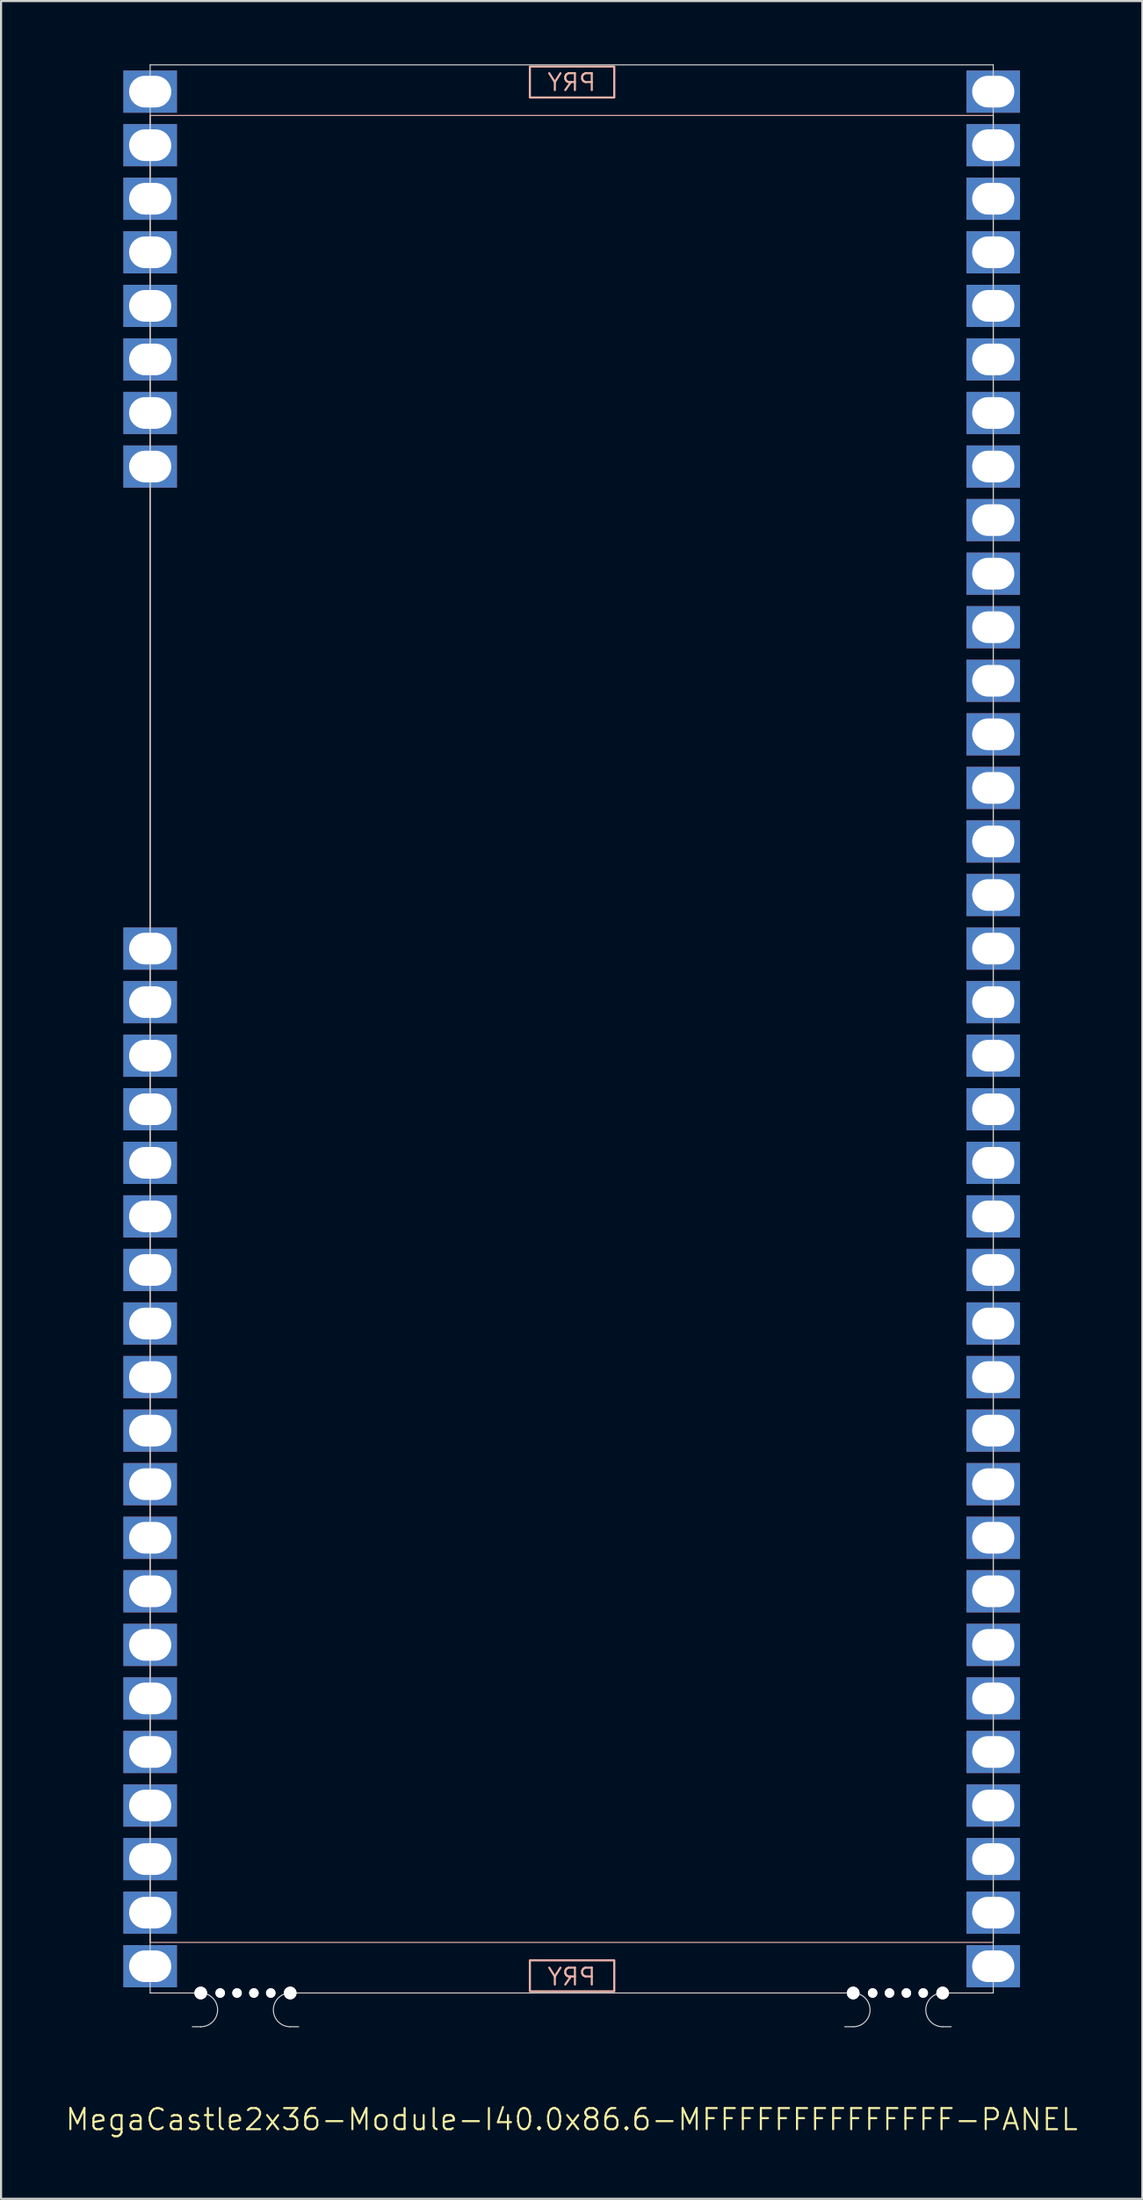
<source format=kicad_pcb>
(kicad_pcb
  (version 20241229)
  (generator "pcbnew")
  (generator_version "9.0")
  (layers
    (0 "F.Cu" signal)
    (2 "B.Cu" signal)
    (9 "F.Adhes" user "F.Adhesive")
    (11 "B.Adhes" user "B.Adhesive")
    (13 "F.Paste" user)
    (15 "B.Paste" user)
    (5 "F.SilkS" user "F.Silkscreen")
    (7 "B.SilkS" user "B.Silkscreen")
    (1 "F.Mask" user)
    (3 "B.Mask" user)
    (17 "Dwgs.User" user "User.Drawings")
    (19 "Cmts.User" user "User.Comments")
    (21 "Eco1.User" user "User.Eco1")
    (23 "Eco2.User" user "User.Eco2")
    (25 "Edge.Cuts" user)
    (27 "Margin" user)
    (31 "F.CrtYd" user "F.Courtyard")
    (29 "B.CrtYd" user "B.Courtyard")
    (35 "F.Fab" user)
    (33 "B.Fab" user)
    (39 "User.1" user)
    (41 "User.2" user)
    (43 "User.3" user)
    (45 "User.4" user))
  (footprint "MegaCastle2x36-Module-I40.0x86.6-MFFFFFFFFFFFFFF-PANEL"
    (layer "F.Cu")
    (at 24.074 45.745)
    (property "Reference" "MegaCastle2x36-Module-I40.0x86.6-MFFFFFFFFFFFFFF-PANEL" (at 0 51.72 0) (unlocked yes) (layer "F.SilkS") (effects (font (size 1 1) (thickness 0.1))))
    (attr smd)
    (fp_rect (start -20 43.32) (end 20 -43.32) (stroke (width 0.05) (type default)) (fill no) (layer "B.SilkS"))
    (fp_rect (start -1.984 -44.171) (end 2.02 -45.64) (stroke (width 0.1) (type default)) (fill no) (layer "B.SilkS"))
    (fp_rect (start -1.984 44.171) (end 2.02 45.64) (stroke (width 0.1) (type default)) (fill no) (layer "B.SilkS"))
    (fp_line (start -20 -45.72) (end -20 45.72) (stroke (width 0.05) (type default)) (layer "Edge.Cuts"))
    (fp_line (start -20 -45.72) (end 20 -45.72) (stroke (width 0.05) (type default)) (layer "Edge.Cuts"))
    (fp_line (start -20 45.72) (end -18 45.72) (stroke (width 0.05) (type default)) (layer "Edge.Cuts"))
    (fp_line (start -18 45.72) (end -17.6 45.72) (stroke (width 0.05) (type default)) (layer "Edge.Cuts"))
    (fp_line (start -18 47.32) (end -17.6 47.32) (stroke (width 0.05) (type default)) (layer "Edge.Cuts"))
    (fp_line (start -12.955 45.72) (end -13.355 45.72) (stroke (width 0.05) (type default)) (layer "Edge.Cuts"))
    (fp_line (start -12.955 45.72) (end 12.955 45.72) (stroke (width 0.05) (type default)) (layer "Edge.Cuts"))
    (fp_line (start -12.955 47.32) (end -13.355 47.32) (stroke (width 0.05) (type default)) (layer "Edge.Cuts"))
    (fp_line (start 12.955 45.72) (end 13.355 45.72) (stroke (width 0.05) (type default)) (layer "Edge.Cuts"))
    (fp_line (start 12.955 47.32) (end 13.355 47.32) (stroke (width 0.05) (type default)) (layer "Edge.Cuts"))
    (fp_line (start 18 45.72) (end 17.6 45.72) (stroke (width 0.05) (type default)) (layer "Edge.Cuts"))
    (fp_line (start 18 45.72) (end 20 45.72) (stroke (width 0.05) (type default)) (layer "Edge.Cuts"))
    (fp_line (start 18 47.32) (end 17.6 47.32) (stroke (width 0.05) (type default)) (layer "Edge.Cuts"))
    (fp_line (start 20 -45.72) (end 20 45.72) (stroke (width 0.05) (type default)) (layer "Edge.Cuts"))
    (fp_arc (start -17.6 45.720001) (mid -16.799999 46.52) (end -17.6 47.32) (stroke (width 0.05) (type default)) (layer "Edge.Cuts"))
    (fp_arc (start -13.355 47.32) (mid -14.154999 46.520001) (end -13.355 45.720001) (stroke (width 0.05) (type default)) (layer "Edge.Cuts"))
    (fp_arc (start 13.355001 45.720001) (mid 14.155002 46.52) (end 13.355001 47.32) (stroke (width 0.05) (type default)) (layer "Edge.Cuts"))
    (fp_arc (start 17.600002 47.32) (mid 16.8 46.52) (end 17.600002 45.720001) (stroke (width 0.05) (type default)) (layer "Edge.Cuts"))
    (fp_text user "PRY" (at 0 -44.42 0) (unlocked yes) (layer "B.SilkS") (effects (font (size 0.8 0.8) (thickness 0.1)) (justify bottom mirror)))
    (fp_text user "PRY" (at 0 45.42 0) (unlocked yes) (layer "B.SilkS") (effects (font (size 0.8 0.8) (thickness 0.1)) (justify bottom mirror)))
    (pad "" np_thru_hole circle (at -17.6 45.72) (size 0.6 0.6) (drill 0.6) (layers "*.Cu" "Edge.Cuts"))
    (pad "" np_thru_hole circle (at -16.677 45.72) (size 0.45 0.45) (drill 0.45) (layers "*.Cu" "Edge.Cuts"))
    (pad "" np_thru_hole circle (at -15.878 45.72) (size 0.45 0.45) (drill 0.45) (layers "*.Cu" "Edge.Cuts"))
    (pad "" np_thru_hole circle (at -15.078 45.72) (size 0.45 0.45) (drill 0.45) (layers "*.Cu" "Edge.Cuts"))
    (pad "" np_thru_hole circle (at -14.277 45.72) (size 0.45 0.45) (drill 0.45) (layers "*.Cu" "Edge.Cuts"))
    (pad "" np_thru_hole circle (at -13.355 45.72) (size 0.6 0.6) (drill 0.6) (layers "*.Cu" "Edge.Cuts"))
    (pad "" np_thru_hole circle (at 13.355 45.72) (size 0.6 0.6) (drill 0.6) (layers "*.Cu" "Edge.Cuts"))
    (pad "" np_thru_hole circle (at 14.278 45.72) (size 0.45 0.45) (drill 0.45) (layers "*.Cu" "Edge.Cuts"))
    (pad "" np_thru_hole circle (at 15.078 45.72) (size 0.45 0.45) (drill 0.45) (layers "*.Cu" "Edge.Cuts"))
    (pad "" np_thru_hole circle (at 15.878 45.72) (size 0.45 0.45) (drill 0.45) (layers "*.Cu" "Edge.Cuts"))
    (pad "" np_thru_hole circle (at 16.678 45.72) (size 0.45 0.45) (drill 0.45) (layers "*.Cu" "Edge.Cuts"))
    (pad "" np_thru_hole circle (at 17.6 45.72) (size 0.6 0.6) (drill 0.6) (layers "*.Cu" "Edge.Cuts"))
    (pad "1" thru_hole rect (at -20 -44.45) (size 2.54 2) (drill oval 2 1.5) (property pad_prop_castellated) (layers "*.Cu" "*.Mask"))
    (pad "2" thru_hole rect (at -20 -41.91) (size 2.54 2) (drill oval 2 1.5) (property pad_prop_castellated) (layers "*.Cu" "*.Mask"))
    (pad "3" thru_hole rect (at -20 -39.37) (size 2.54 2) (drill oval 2 1.5) (property pad_prop_castellated) (layers "*.Cu" "*.Mask"))
    (pad "4" thru_hole rect (at -20 -36.83) (size 2.54 2) (drill oval 2 1.5) (property pad_prop_castellated) (layers "*.Cu" "*.Mask"))
    (pad "5" thru_hole rect (at -20 -34.29) (size 2.54 2) (drill oval 2 1.5) (property pad_prop_castellated) (layers "*.Cu" "*.Mask"))
    (pad "6" thru_hole rect (at -20 -31.75) (size 2.54 2) (drill oval 2 1.5) (property pad_prop_castellated) (layers "*.Cu" "*.Mask"))
    (pad "7" thru_hole rect (at -20 -29.21) (size 2.54 2) (drill oval 2 1.5) (property pad_prop_castellated) (layers "*.Cu" "*.Mask"))
    (pad "8" thru_hole rect (at -20 -26.67) (size 2.54 2) (drill oval 2 1.5) (property pad_prop_castellated) (layers "*.Cu" "*.Mask"))
    (pad "17" thru_hole rect (at -20 -3.81) (size 2.54 2) (drill oval 2 1.5) (property pad_prop_castellated) (layers "*.Cu" "*.Mask"))
    (pad "18" thru_hole rect (at -20 -1.27) (size 2.54 2) (drill oval 2 1.5) (property pad_prop_castellated) (layers "*.Cu" "*.Mask"))
    (pad "19" thru_hole rect (at -20 1.27) (size 2.54 2) (drill oval 2 1.5) (property pad_prop_castellated) (layers "*.Cu" "*.Mask"))
    (pad "20" thru_hole rect (at -20 3.81) (size 2.54 2) (drill oval 2 1.5) (property pad_prop_castellated) (layers "*.Cu" "*.Mask"))
    (pad "21" thru_hole rect (at -20 6.35) (size 2.54 2) (drill oval 2 1.5) (property pad_prop_castellated) (layers "*.Cu" "*.Mask"))
    (pad "22" thru_hole rect (at -20 8.89) (size 2.54 2) (drill oval 2 1.5) (property pad_prop_castellated) (layers "*.Cu" "*.Mask"))
    (pad "23" thru_hole rect (at -20 11.43) (size 2.54 2) (drill oval 2 1.5) (property pad_prop_castellated) (layers "*.Cu" "*.Mask"))
    (pad "24" thru_hole rect (at -20 13.97) (size 2.54 2) (drill oval 2 1.5) (property pad_prop_castellated) (layers "*.Cu" "*.Mask"))
    (pad "25" thru_hole rect (at -20 16.51) (size 2.54 2) (drill oval 2 1.5) (property pad_prop_castellated) (layers "*.Cu" "*.Mask"))
    (pad "26" thru_hole rect (at -20 19.05) (size 2.54 2) (drill oval 2 1.5) (property pad_prop_castellated) (layers "*.Cu" "*.Mask"))
    (pad "27" thru_hole rect (at -20 21.59) (size 2.54 2) (drill oval 2 1.5) (property pad_prop_castellated) (layers "*.Cu" "*.Mask"))
    (pad "28" thru_hole rect (at -20 24.13) (size 2.54 2) (drill oval 2 1.5) (property pad_prop_castellated) (layers "*.Cu" "*.Mask"))
    (pad "29" thru_hole rect (at -20 26.67) (size 2.54 2) (drill oval 2 1.5) (property pad_prop_castellated) (layers "*.Cu" "*.Mask"))
    (pad "30" thru_hole rect (at -20 29.21) (size 2.54 2) (drill oval 2 1.5) (property pad_prop_castellated) (layers "*.Cu" "*.Mask"))
    (pad "31" thru_hole rect (at -20 31.75) (size 2.54 2) (drill oval 2 1.5) (property pad_prop_castellated) (layers "*.Cu" "*.Mask"))
    (pad "32" thru_hole rect (at -20 34.29) (size 2.54 2) (drill oval 2 1.5) (property pad_prop_castellated) (layers "*.Cu" "*.Mask"))
    (pad "33" thru_hole rect (at -20 36.83) (size 2.54 2) (drill oval 2 1.5) (property pad_prop_castellated) (layers "*.Cu" "*.Mask"))
    (pad "34" thru_hole rect (at -20 39.37) (size 2.54 2) (drill oval 2 1.5) (property pad_prop_castellated) (layers "*.Cu" "*.Mask"))
    (pad "35" thru_hole rect (at -20 41.91) (size 2.54 2) (drill oval 2 1.5) (property pad_prop_castellated) (layers "*.Cu" "*.Mask"))
    (pad "36" thru_hole rect (at -20 44.45) (size 2.54 2) (drill oval 2 1.5) (property pad_prop_castellated) (layers "*.Cu" "*.Mask"))
    (pad "37" thru_hole rect (at 20 -44.45) (size 2.54 2) (drill oval 2 1.5) (property pad_prop_castellated) (layers "*.Cu" "*.Mask"))
    (pad "38" thru_hole rect (at 20 -41.91) (size 2.54 2) (drill oval 2 1.5) (property pad_prop_castellated) (layers "*.Cu" "*.Mask"))
    (pad "39" thru_hole rect (at 20 -39.37) (size 2.54 2) (drill oval 2 1.5) (property pad_prop_castellated) (layers "*.Cu" "*.Mask"))
    (pad "40" thru_hole rect (at 20 -36.83) (size 2.54 2) (drill oval 2 1.5) (property pad_prop_castellated) (layers "*.Cu" "*.Mask"))
    (pad "41" thru_hole rect (at 20 -34.29) (size 2.54 2) (drill oval 2 1.5) (property pad_prop_castellated) (layers "*.Cu" "*.Mask"))
    (pad "42" thru_hole rect (at 20 -31.75) (size 2.54 2) (drill oval 2 1.5) (property pad_prop_castellated) (layers "*.Cu" "*.Mask"))
    (pad "43" thru_hole rect (at 20 -29.21) (size 2.54 2) (drill oval 2 1.5) (property pad_prop_castellated) (layers "*.Cu" "*.Mask"))
    (pad "44" thru_hole rect (at 20 -26.67) (size 2.54 2) (drill oval 2 1.5) (property pad_prop_castellated) (layers "*.Cu" "*.Mask"))
    (pad "45" thru_hole rect (at 20 -24.13) (size 2.54 2) (drill oval 2 1.5) (property pad_prop_castellated) (layers "*.Cu" "*.Mask"))
    (pad "46" thru_hole rect (at 20 -21.59) (size 2.54 2) (drill oval 2 1.5) (property pad_prop_castellated) (layers "*.Cu" "*.Mask"))
    (pad "47" thru_hole rect (at 20 -19.05) (size 2.54 2) (drill oval 2 1.5) (property pad_prop_castellated) (layers "*.Cu" "*.Mask"))
    (pad "48" thru_hole rect (at 20 -16.51) (size 2.54 2) (drill oval 2 1.5) (property pad_prop_castellated) (layers "*.Cu" "*.Mask"))
    (pad "49" thru_hole rect (at 20 -13.97) (size 2.54 2) (drill oval 2 1.5) (property pad_prop_castellated) (layers "*.Cu" "*.Mask"))
    (pad "50" thru_hole rect (at 20 -11.43) (size 2.54 2) (drill oval 2 1.5) (property pad_prop_castellated) (layers "*.Cu" "*.Mask"))
    (pad "51" thru_hole rect (at 20 -8.89) (size 2.54 2) (drill oval 2 1.5) (property pad_prop_castellated) (layers "*.Cu" "*.Mask"))
    (pad "52" thru_hole rect (at 20 -6.35) (size 2.54 2) (drill oval 2 1.5) (property pad_prop_castellated) (layers "*.Cu" "*.Mask"))
    (pad "53" thru_hole rect (at 20 -3.81) (size 2.54 2) (drill oval 2 1.5) (property pad_prop_castellated) (layers "*.Cu" "*.Mask"))
    (pad "54" thru_hole rect (at 20 -1.27) (size 2.54 2) (drill oval 2 1.5) (property pad_prop_castellated) (layers "*.Cu" "*.Mask"))
    (pad "55" thru_hole rect (at 20 1.27) (size 2.54 2) (drill oval 2 1.5) (property pad_prop_castellated) (layers "*.Cu" "*.Mask"))
    (pad "56" thru_hole rect (at 20 3.81) (size 2.54 2) (drill oval 2 1.5) (property pad_prop_castellated) (layers "*.Cu" "*.Mask"))
    (pad "57" thru_hole rect (at 20 6.35) (size 2.54 2) (drill oval 2 1.5) (property pad_prop_castellated) (layers "*.Cu" "*.Mask"))
    (pad "58" thru_hole rect (at 20 8.89) (size 2.54 2) (drill oval 2 1.5) (property pad_prop_castellated) (layers "*.Cu" "*.Mask"))
    (pad "59" thru_hole rect (at 20 11.43) (size 2.54 2) (drill oval 2 1.5) (property pad_prop_castellated) (layers "*.Cu" "*.Mask"))
    (pad "60" thru_hole rect (at 20 13.97) (size 2.54 2) (drill oval 2 1.5) (property pad_prop_castellated) (layers "*.Cu" "*.Mask"))
    (pad "61" thru_hole rect (at 20 16.51) (size 2.54 2) (drill oval 2 1.5) (property pad_prop_castellated) (layers "*.Cu" "*.Mask"))
    (pad "62" thru_hole rect (at 20 19.05) (size 2.54 2) (drill oval 2 1.5) (property pad_prop_castellated) (layers "*.Cu" "*.Mask"))
    (pad "63" thru_hole rect (at 20 21.59) (size 2.54 2) (drill oval 2 1.5) (property pad_prop_castellated) (layers "*.Cu" "*.Mask"))
    (pad "64" thru_hole rect (at 20 24.13) (size 2.54 2) (drill oval 2 1.5) (property pad_prop_castellated) (layers "*.Cu" "*.Mask"))
    (pad "65" thru_hole rect (at 20 26.67) (size 2.54 2) (drill oval 2 1.5) (property pad_prop_castellated) (layers "*.Cu" "*.Mask"))
    (pad "66" thru_hole rect (at 20 29.21) (size 2.54 2) (drill oval 2 1.5) (property pad_prop_castellated) (layers "*.Cu" "*.Mask"))
    (pad "67" thru_hole rect (at 20 31.75) (size 2.54 2) (drill oval 2 1.5) (property pad_prop_castellated) (layers "*.Cu" "*.Mask"))
    (pad "68" thru_hole rect (at 20 34.29) (size 2.54 2) (drill oval 2 1.5) (property pad_prop_castellated) (layers "*.Cu" "*.Mask"))
    (pad "69" thru_hole rect (at 20 36.83) (size 2.54 2) (drill oval 2 1.5) (property pad_prop_castellated) (layers "*.Cu" "*.Mask"))
    (pad "70" thru_hole rect (at 20 39.37) (size 2.54 2) (drill oval 2 1.5) (property pad_prop_castellated) (layers "*.Cu" "*.Mask"))
    (pad "71" thru_hole rect (at 20 41.91) (size 2.54 2) (drill oval 2 1.5) (property pad_prop_castellated) (layers "*.Cu" "*.Mask"))
    (pad "72" thru_hole rect (at 20 44.45) (size 2.54 2) (drill oval 2 1.5) (property pad_prop_castellated) (layers "*.Cu" "*.Mask"))
    (zone (net_name "") (layer "B.Cu") (hatch edge 0.5) (connect_pads) (min_thickness 0.25) (filled_areas_thickness no) (keepout (tracks allowed) (vias allowed) (pads allowed) (copperpour allowed) (footprints not_allowed)) (placement (enabled no)) (fill) (polygon (pts (xy 4.074 91.465) (xy 4.074 0.025))))
    (zone (net_name "") (layer "B.Cu") (hatch edge 0.5) (connect_pads) (min_thickness 0.25) (filled_areas_thickness no) (keepout (tracks allowed) (vias allowed) (pads allowed) (copperpour allowed) (footprints not_allowed)) (placement (enabled no)) (fill) (polygon (pts (xy 44.074 91.465) (xy 44.074 0.025))))
    (zone (net_name "") (layer "B.Cu") (hatch edge 0.5) (connect_pads) (min_thickness 0.25) (filled_areas_thickness no) (keepout (tracks allowed) (vias allowed) (pads allowed) (copperpour allowed) (footprints not_allowed)) (placement (enabled no)) (fill) (polygon (pts (xy 4.074 0.025) (xy 4.074 2.425) (xy 44.074 2.425) (xy 44.074 0.025))))
    (zone (net_name "") (layer "B.Cu") (hatch edge 0.5) (connect_pads) (min_thickness 0.25) (filled_areas_thickness no) (keepout (tracks allowed) (vias allowed) (pads allowed) (copperpour allowed) (footprints not_allowed)) (placement (enabled no)) (fill) (polygon (pts (xy 4.074 91.465) (xy 4.074 89.065) (xy 44.074 89.065) (xy 44.074 91.465))))
    (zone (net_name "") (layer "B.Cu") (name "Upper Pry Zone") (hatch edge 0.5) (connect_pads) (min_thickness 0.25) (filled_areas_thickness no) (keepout (tracks not_allowed) (vias not_allowed) (pads not_allowed) (copperpour allowed) (footprints not_allowed)) (placement (enabled no)) (fill) (polygon (pts (xy 22.09 1.574) (xy 22.09 0.105) (xy 26.093 0.105) (xy 26.093 1.574))))
    (zone (net_name "") (layer "B.Cu") (name "Upper Pry Zone") (hatch edge 0.5) (connect_pads) (min_thickness 0.25) (filled_areas_thickness no) (keepout (tracks not_allowed) (vias not_allowed) (pads not_allowed) (copperpour allowed) (footprints not_allowed)) (placement (enabled no)) (fill) (polygon (pts (xy 22.09 89.916) (xy 22.09 91.385) (xy 26.093 91.385) (xy 26.093 89.916)))))
  (gr_rect
    (start -3 -3)
    (end 51.148 101.226)
    (stroke (width 0.1) (type default))
    (fill no)
    (layer "Edge.Cuts")))
</source>
